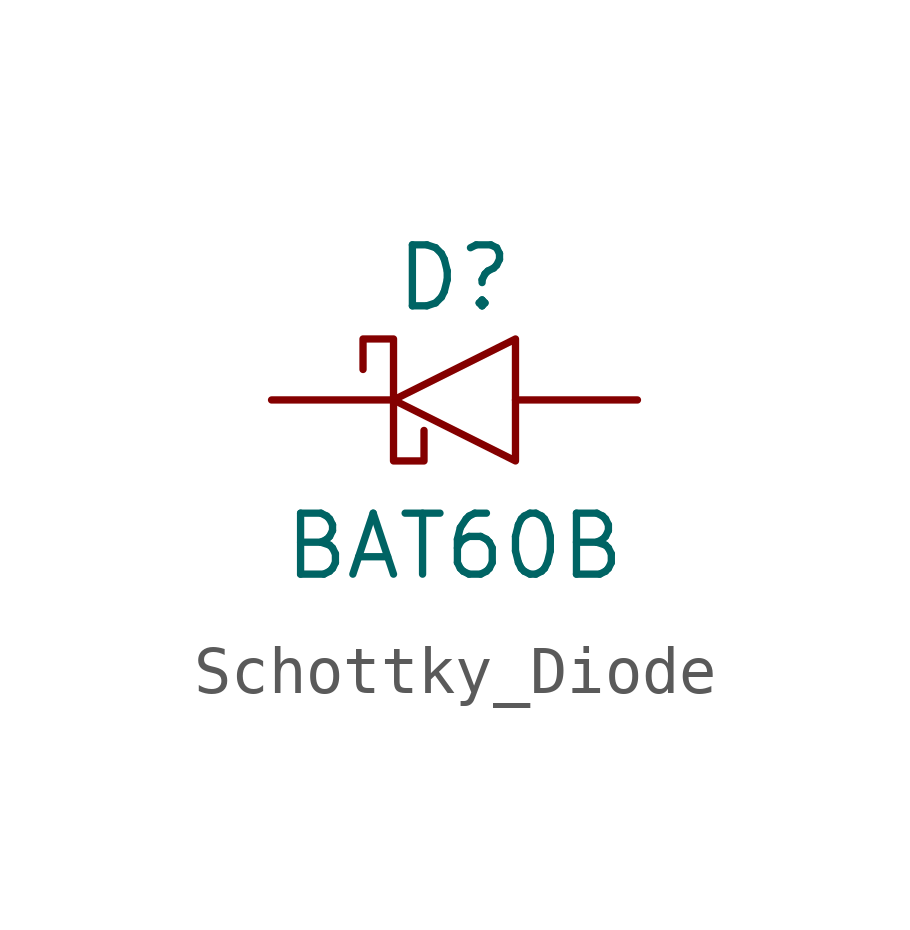
<source format=kicad_sym>
(kicad_symbol_lib
  (version 20241209)
  (generator "kicad_symbol_editor")
  (generator_version "9.0")
  (symbol "Schottky_Diode"
    (pin_numbers
      (hide yes))
    (pin_names
      (offset 1.016)
      (hide yes))
    (property "Reference" "D"
      (at 0 2.54 0)
      (effects (font (size 1.27 1.27))))
    (property "Value" "BAT60B"
      (at 0 -3.048 0)
      (effects (font (size 1.27 1.27))))
    (symbol "Schottky_Diode_1_1"
      (polyline (pts (xy -1.905 0.635) (xy -1.905 1.27) (xy -1.27 1.27) (xy -1.27 -1.27) (xy -0.635 -1.27) (xy -0.635 -0.635)) (stroke (width 0) (type default)) (fill (type none)))
      (polyline (pts (xy 1.27 1.27) (xy 1.27 -1.27) (xy -1.27 0) (xy 1.27 1.27)) (stroke (width 0) (type default)) (fill (type none)))
      (pin passive line (at -3.81 0 0) (length 2.54) (name "K" (effects (font (size 1.27 1.27)))) (number "1" (effects (font (size 1.27 1.27)))))
      (pin passive line (at 3.81 0 180) (length 2.54) (name "A" (effects (font (size 1.27 1.27)))) (number "2" (effects (font (size 1.27 1.27))))))))
</source>
